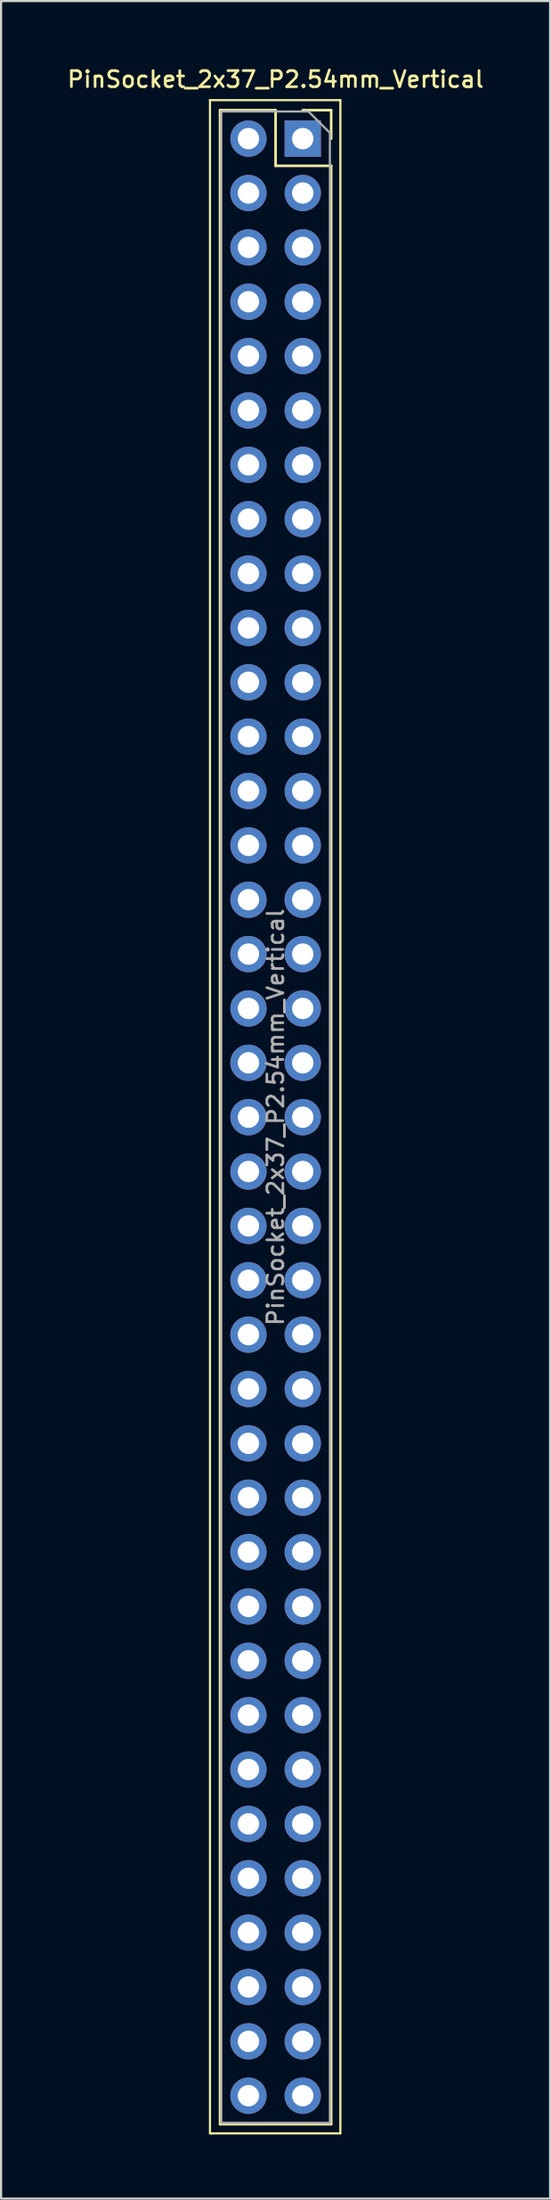
<source format=kicad_pcb>
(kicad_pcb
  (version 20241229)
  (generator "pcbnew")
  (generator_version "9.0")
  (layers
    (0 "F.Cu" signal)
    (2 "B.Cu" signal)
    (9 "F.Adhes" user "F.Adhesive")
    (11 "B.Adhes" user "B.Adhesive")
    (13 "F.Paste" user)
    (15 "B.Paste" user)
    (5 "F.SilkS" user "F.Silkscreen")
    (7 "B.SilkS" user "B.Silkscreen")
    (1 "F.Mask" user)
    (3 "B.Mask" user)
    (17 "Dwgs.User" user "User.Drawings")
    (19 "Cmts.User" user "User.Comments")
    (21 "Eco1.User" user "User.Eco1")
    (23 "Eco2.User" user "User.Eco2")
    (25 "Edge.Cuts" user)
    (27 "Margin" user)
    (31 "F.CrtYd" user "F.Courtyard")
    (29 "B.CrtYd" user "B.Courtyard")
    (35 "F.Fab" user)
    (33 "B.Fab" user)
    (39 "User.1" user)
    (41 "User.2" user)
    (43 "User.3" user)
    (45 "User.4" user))
  (footprint "PinSocket_2x37_P2.54mm_Vertical"
    (layer "F.Cu")
    (at 11.115 3.428)
    (property "Reference" "PinSocket_2x37_P2.54mm_Vertical" (at -1.27 -2.77 0) (layer "F.SilkS") (effects (font (size 0.75 0.75) (thickness 0.125))))
    (attr through_hole)
    (fp_line (start -4.34 -1.8) (end 1.76 -1.8) (stroke (width 0.1) (type solid)) (layer "F.SilkS"))
    (fp_line (start -4.34 93.2) (end -4.34 -1.8) (stroke (width 0.1) (type solid)) (layer "F.SilkS"))
    (fp_line (start -3.87 -1.33) (end -3.87 92.77) (stroke (width 0.12) (type solid)) (layer "F.SilkS"))
    (fp_line (start -3.87 -1.33) (end -1.27 -1.33) (stroke (width 0.12) (type solid)) (layer "F.SilkS"))
    (fp_line (start -3.87 92.77) (end 1.33 92.77) (stroke (width 0.12) (type solid)) (layer "F.SilkS"))
    (fp_line (start -1.27 -1.33) (end -1.27 1.27) (stroke (width 0.12) (type solid)) (layer "F.SilkS"))
    (fp_line (start -1.27 1.27) (end 1.33 1.27) (stroke (width 0.12) (type solid)) (layer "F.SilkS"))
    (fp_line (start 0 -1.33) (end 1.33 -1.33) (stroke (width 0.12) (type solid)) (layer "F.SilkS"))
    (fp_line (start 1.33 -1.33) (end 1.33 0) (stroke (width 0.12) (type solid)) (layer "F.SilkS"))
    (fp_line (start 1.33 1.27) (end 1.33 92.77) (stroke (width 0.12) (type solid)) (layer "F.SilkS"))
    (fp_line (start 1.76 -1.8) (end 1.76 93.2) (stroke (width 0.1) (type solid)) (layer "F.SilkS"))
    (fp_line (start 1.76 93.2) (end -4.34 93.2) (stroke (width 0.1) (type solid)) (layer "F.SilkS"))
    (fp_line (start -3.81 -1.27) (end 0.27 -1.27) (stroke (width 0.1) (type solid)) (layer "F.Fab"))
    (fp_line (start -3.81 92.71) (end -3.81 -1.27) (stroke (width 0.1) (type solid)) (layer "F.Fab"))
    (fp_line (start 0.27 -1.27) (end 1.27 -0.27) (stroke (width 0.1) (type solid)) (layer "F.Fab"))
    (fp_line (start 1.27 -0.27) (end 1.27 92.71) (stroke (width 0.1) (type solid)) (layer "F.Fab"))
    (fp_line (start 1.27 92.71) (end -3.81 92.71) (stroke (width 0.1) (type solid)) (layer "F.Fab"))
    (fp_text user "${REFERENCE}" (at -1.27 45.72 90) (layer "F.Fab") (effects (font (size 0.75 0.75) (thickness 0.125))))
    (pad "1" thru_hole rect (at 0 0) (size 1.7 1.7) (drill 1) (layers "*.Cu" "*.Mask"))
    (pad "2" thru_hole oval (at -2.54 0) (size 1.7 1.7) (drill 1) (layers "*.Cu" "*.Mask"))
    (pad "3" thru_hole oval (at 0 2.54) (size 1.7 1.7) (drill 1) (layers "*.Cu" "*.Mask"))
    (pad "4" thru_hole oval (at -2.54 2.54) (size 1.7 1.7) (drill 1) (layers "*.Cu" "*.Mask"))
    (pad "5" thru_hole oval (at 0 5.08) (size 1.7 1.7) (drill 1) (layers "*.Cu" "*.Mask"))
    (pad "6" thru_hole oval (at -2.54 5.08) (size 1.7 1.7) (drill 1) (layers "*.Cu" "*.Mask"))
    (pad "7" thru_hole oval (at 0 7.62) (size 1.7 1.7) (drill 1) (layers "*.Cu" "*.Mask"))
    (pad "8" thru_hole oval (at -2.54 7.62) (size 1.7 1.7) (drill 1) (layers "*.Cu" "*.Mask"))
    (pad "9" thru_hole oval (at 0 10.16) (size 1.7 1.7) (drill 1) (layers "*.Cu" "*.Mask"))
    (pad "10" thru_hole oval (at -2.54 10.16) (size 1.7 1.7) (drill 1) (layers "*.Cu" "*.Mask"))
    (pad "11" thru_hole oval (at 0 12.7) (size 1.7 1.7) (drill 1) (layers "*.Cu" "*.Mask"))
    (pad "12" thru_hole oval (at -2.54 12.7) (size 1.7 1.7) (drill 1) (layers "*.Cu" "*.Mask"))
    (pad "13" thru_hole oval (at 0 15.24) (size 1.7 1.7) (drill 1) (layers "*.Cu" "*.Mask"))
    (pad "14" thru_hole oval (at -2.54 15.24) (size 1.7 1.7) (drill 1) (layers "*.Cu" "*.Mask"))
    (pad "15" thru_hole oval (at 0 17.78) (size 1.7 1.7) (drill 1) (layers "*.Cu" "*.Mask"))
    (pad "16" thru_hole oval (at -2.54 17.78) (size 1.7 1.7) (drill 1) (layers "*.Cu" "*.Mask"))
    (pad "17" thru_hole oval (at 0 20.32) (size 1.7 1.7) (drill 1) (layers "*.Cu" "*.Mask"))
    (pad "18" thru_hole oval (at -2.54 20.32) (size 1.7 1.7) (drill 1) (layers "*.Cu" "*.Mask"))
    (pad "19" thru_hole oval (at 0 22.86) (size 1.7 1.7) (drill 1) (layers "*.Cu" "*.Mask"))
    (pad "20" thru_hole oval (at -2.54 22.86) (size 1.7 1.7) (drill 1) (layers "*.Cu" "*.Mask"))
    (pad "21" thru_hole oval (at 0 25.4) (size 1.7 1.7) (drill 1) (layers "*.Cu" "*.Mask"))
    (pad "22" thru_hole oval (at -2.54 25.4) (size 1.7 1.7) (drill 1) (layers "*.Cu" "*.Mask"))
    (pad "23" thru_hole oval (at 0 27.94) (size 1.7 1.7) (drill 1) (layers "*.Cu" "*.Mask"))
    (pad "24" thru_hole oval (at -2.54 27.94) (size 1.7 1.7) (drill 1) (layers "*.Cu" "*.Mask"))
    (pad "25" thru_hole oval (at 0 30.48) (size 1.7 1.7) (drill 1) (layers "*.Cu" "*.Mask"))
    (pad "26" thru_hole oval (at -2.54 30.48) (size 1.7 1.7) (drill 1) (layers "*.Cu" "*.Mask"))
    (pad "27" thru_hole oval (at 0 33.02) (size 1.7 1.7) (drill 1) (layers "*.Cu" "*.Mask"))
    (pad "28" thru_hole oval (at -2.54 33.02) (size 1.7 1.7) (drill 1) (layers "*.Cu" "*.Mask"))
    (pad "29" thru_hole oval (at 0 35.56) (size 1.7 1.7) (drill 1) (layers "*.Cu" "*.Mask"))
    (pad "30" thru_hole oval (at -2.54 35.56) (size 1.7 1.7) (drill 1) (layers "*.Cu" "*.Mask"))
    (pad "31" thru_hole oval (at 0 38.1) (size 1.7 1.7) (drill 1) (layers "*.Cu" "*.Mask"))
    (pad "32" thru_hole oval (at -2.54 38.1) (size 1.7 1.7) (drill 1) (layers "*.Cu" "*.Mask"))
    (pad "33" thru_hole oval (at 0 40.64) (size 1.7 1.7) (drill 1) (layers "*.Cu" "*.Mask"))
    (pad "34" thru_hole oval (at -2.54 40.64) (size 1.7 1.7) (drill 1) (layers "*.Cu" "*.Mask"))
    (pad "35" thru_hole oval (at 0 43.18) (size 1.7 1.7) (drill 1) (layers "*.Cu" "*.Mask"))
    (pad "36" thru_hole oval (at -2.54 43.18) (size 1.7 1.7) (drill 1) (layers "*.Cu" "*.Mask"))
    (pad "37" thru_hole oval (at 0 45.72) (size 1.7 1.7) (drill 1) (layers "*.Cu" "*.Mask"))
    (pad "38" thru_hole oval (at -2.54 45.72) (size 1.7 1.7) (drill 1) (layers "*.Cu" "*.Mask"))
    (pad "39" thru_hole oval (at 0 48.26) (size 1.7 1.7) (drill 1) (layers "*.Cu" "*.Mask"))
    (pad "40" thru_hole oval (at -2.54 48.26) (size 1.7 1.7) (drill 1) (layers "*.Cu" "*.Mask"))
    (pad "41" thru_hole oval (at 0 50.8) (size 1.7 1.7) (drill 1) (layers "*.Cu" "*.Mask"))
    (pad "42" thru_hole oval (at -2.54 50.8) (size 1.7 1.7) (drill 1) (layers "*.Cu" "*.Mask"))
    (pad "43" thru_hole oval (at 0 53.34) (size 1.7 1.7) (drill 1) (layers "*.Cu" "*.Mask"))
    (pad "44" thru_hole oval (at -2.54 53.34) (size 1.7 1.7) (drill 1) (layers "*.Cu" "*.Mask"))
    (pad "45" thru_hole oval (at 0 55.88) (size 1.7 1.7) (drill 1) (layers "*.Cu" "*.Mask"))
    (pad "46" thru_hole oval (at -2.54 55.88) (size 1.7 1.7) (drill 1) (layers "*.Cu" "*.Mask"))
    (pad "47" thru_hole oval (at 0 58.42) (size 1.7 1.7) (drill 1) (layers "*.Cu" "*.Mask"))
    (pad "48" thru_hole oval (at -2.54 58.42) (size 1.7 1.7) (drill 1) (layers "*.Cu" "*.Mask"))
    (pad "49" thru_hole oval (at 0 60.96) (size 1.7 1.7) (drill 1) (layers "*.Cu" "*.Mask"))
    (pad "50" thru_hole oval (at -2.54 60.96) (size 1.7 1.7) (drill 1) (layers "*.Cu" "*.Mask"))
    (pad "51" thru_hole oval (at 0 63.5) (size 1.7 1.7) (drill 1) (layers "*.Cu" "*.Mask"))
    (pad "52" thru_hole oval (at -2.54 63.5) (size 1.7 1.7) (drill 1) (layers "*.Cu" "*.Mask"))
    (pad "53" thru_hole oval (at 0 66.04) (size 1.7 1.7) (drill 1) (layers "*.Cu" "*.Mask"))
    (pad "54" thru_hole oval (at -2.54 66.04) (size 1.7 1.7) (drill 1) (layers "*.Cu" "*.Mask"))
    (pad "55" thru_hole oval (at 0 68.58) (size 1.7 1.7) (drill 1) (layers "*.Cu" "*.Mask"))
    (pad "56" thru_hole oval (at -2.54 68.58) (size 1.7 1.7) (drill 1) (layers "*.Cu" "*.Mask"))
    (pad "57" thru_hole oval (at 0 71.12) (size 1.7 1.7) (drill 1) (layers "*.Cu" "*.Mask"))
    (pad "58" thru_hole oval (at -2.54 71.12) (size 1.7 1.7) (drill 1) (layers "*.Cu" "*.Mask"))
    (pad "59" thru_hole oval (at 0 73.66) (size 1.7 1.7) (drill 1) (layers "*.Cu" "*.Mask"))
    (pad "60" thru_hole oval (at -2.54 73.66) (size 1.7 1.7) (drill 1) (layers "*.Cu" "*.Mask"))
    (pad "61" thru_hole oval (at 0 76.2) (size 1.7 1.7) (drill 1) (layers "*.Cu" "*.Mask"))
    (pad "62" thru_hole oval (at -2.54 76.2) (size 1.7 1.7) (drill 1) (layers "*.Cu" "*.Mask"))
    (pad "63" thru_hole oval (at 0 78.74) (size 1.7 1.7) (drill 1) (layers "*.Cu" "*.Mask"))
    (pad "64" thru_hole oval (at -2.54 78.74) (size 1.7 1.7) (drill 1) (layers "*.Cu" "*.Mask"))
    (pad "65" thru_hole oval (at 0 81.28) (size 1.7 1.7) (drill 1) (layers "*.Cu" "*.Mask"))
    (pad "66" thru_hole oval (at -2.54 81.28) (size 1.7 1.7) (drill 1) (layers "*.Cu" "*.Mask"))
    (pad "67" thru_hole oval (at 0 83.82) (size 1.7 1.7) (drill 1) (layers "*.Cu" "*.Mask"))
    (pad "68" thru_hole oval (at -2.54 83.82) (size 1.7 1.7) (drill 1) (layers "*.Cu" "*.Mask"))
    (pad "69" thru_hole oval (at 0 86.36) (size 1.7 1.7) (drill 1) (layers "*.Cu" "*.Mask"))
    (pad "70" thru_hole oval (at -2.54 86.36) (size 1.7 1.7) (drill 1) (layers "*.Cu" "*.Mask"))
    (pad "71" thru_hole oval (at 0 88.9) (size 1.7 1.7) (drill 1) (layers "*.Cu" "*.Mask"))
    (pad "72" thru_hole oval (at -2.54 88.9) (size 1.7 1.7) (drill 1) (layers "*.Cu" "*.Mask"))
    (pad "73" thru_hole oval (at 0 91.44) (size 1.7 1.7) (drill 1) (layers "*.Cu" "*.Mask"))
    (pad "74" thru_hole oval (at -2.54 91.44) (size 1.7 1.7) (drill 1) (layers "*.Cu" "*.Mask")))
  (gr_rect
    (start -3 -3)
    (end 22.689 99.678)
    (stroke (width 0.1) (type default))
    (fill no)
    (layer "Edge.Cuts")))
</source>
